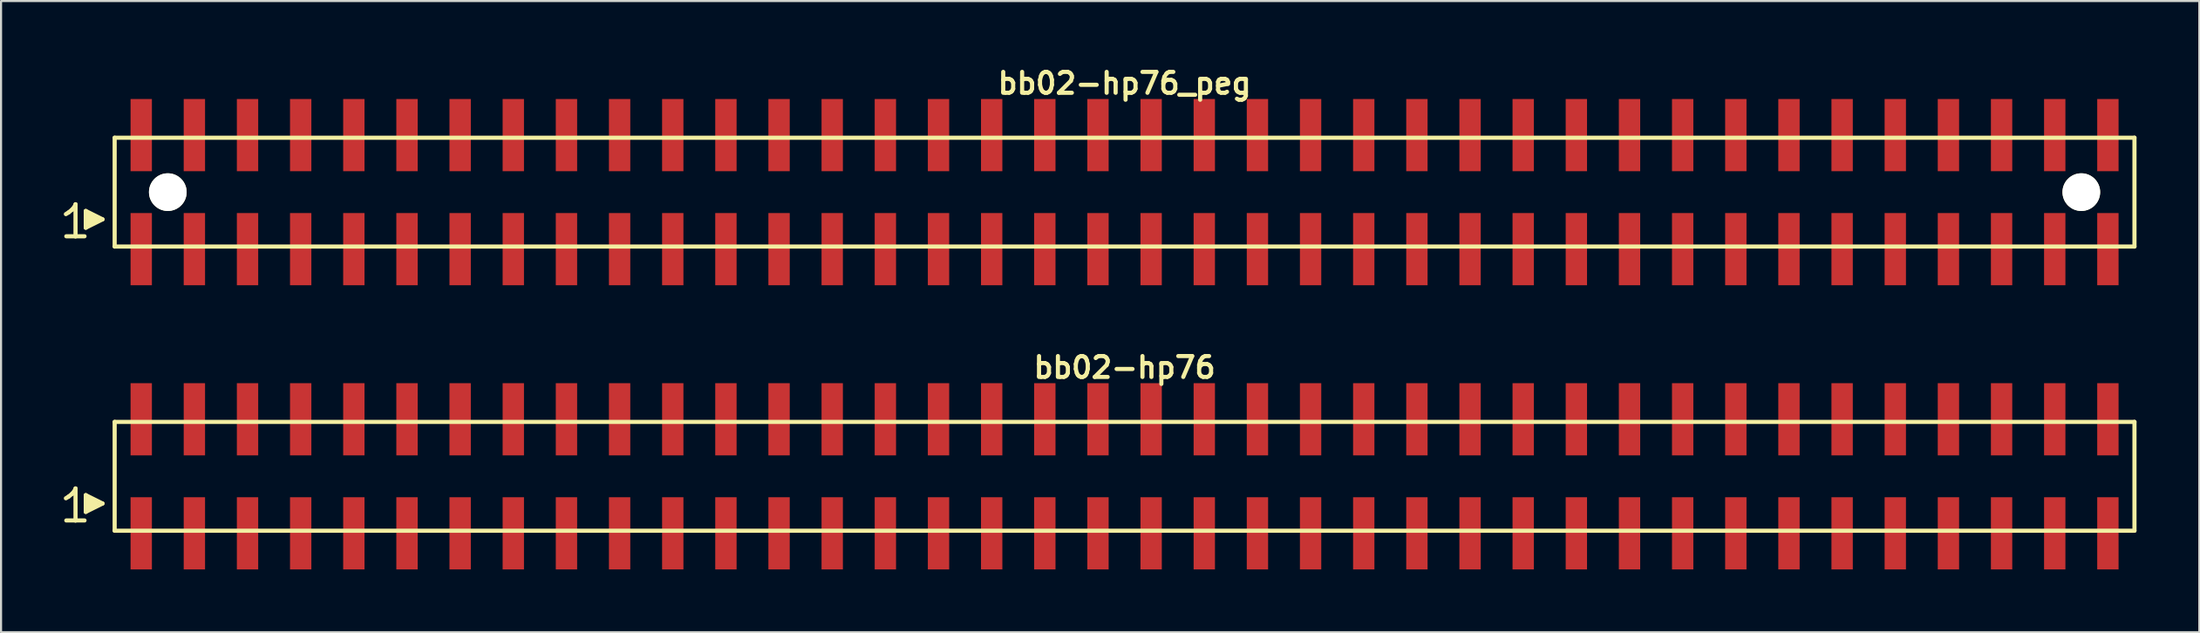
<source format=kicad_pcb>
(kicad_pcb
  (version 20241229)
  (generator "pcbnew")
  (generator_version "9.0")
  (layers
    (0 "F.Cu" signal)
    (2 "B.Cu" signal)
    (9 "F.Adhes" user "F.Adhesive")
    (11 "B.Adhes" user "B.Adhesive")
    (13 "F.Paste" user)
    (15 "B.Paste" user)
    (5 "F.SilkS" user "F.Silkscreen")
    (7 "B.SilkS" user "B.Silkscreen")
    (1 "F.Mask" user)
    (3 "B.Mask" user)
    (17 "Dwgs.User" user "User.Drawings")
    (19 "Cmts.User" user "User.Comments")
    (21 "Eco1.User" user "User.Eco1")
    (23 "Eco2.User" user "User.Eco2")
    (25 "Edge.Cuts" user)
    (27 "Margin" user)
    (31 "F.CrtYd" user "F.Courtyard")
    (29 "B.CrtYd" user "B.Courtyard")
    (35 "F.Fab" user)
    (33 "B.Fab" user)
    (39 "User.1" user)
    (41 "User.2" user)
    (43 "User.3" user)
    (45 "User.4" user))
  (footprint "bb02-hp76"
    (layer "F.Cu")
    (at 50.689 19.713)
    (property "Reference" "bb02-hp76" (at 0 -5.2 0) (layer "F.SilkS") (effects (font (size 0.998 0.998) (thickness 0.198))))
    (attr through_hole)
    (fp_line (start -50.59 1.05) (end -50.46 0.97) (stroke (width 0.198) (type solid)) (layer "F.SilkS"))
    (fp_line (start -50.46 0.97) (end -50.3 0.84) (stroke (width 0.198) (type solid)) (layer "F.SilkS"))
    (fp_line (start -50.3 0.84) (end -50.16 0.67) (stroke (width 0.198) (type solid)) (layer "F.SilkS"))
    (fp_line (start -50.16 0.67) (end -50.13 0.58) (stroke (width 0.198) (type solid)) (layer "F.SilkS"))
    (fp_line (start -50.13 0.58) (end -50.13 2.11) (stroke (width 0.198) (type solid)) (layer "F.SilkS"))
    (fp_line (start -50.13 2.11) (end -50.57 2.11) (stroke (width 0.198) (type solid)) (layer "F.SilkS"))
    (fp_line (start -49.7 2.11) (end -50.14 2.11) (stroke (width 0.198) (type solid)) (layer "F.SilkS"))
    (fp_line (start -49.64 0.9) (end -48.84 1.3) (stroke (width 0.198) (type solid)) (layer "F.SilkS"))
    (fp_line (start -49.64 1.7) (end -49.64 0.9) (stroke (width 0.198) (type solid)) (layer "F.SilkS"))
    (fp_line (start -49.54 1.6) (end -49.54 1) (stroke (width 0.198) (type solid)) (layer "F.SilkS"))
    (fp_line (start -49.44 1.1) (end -49.44 1.5) (stroke (width 0.198) (type solid)) (layer "F.SilkS"))
    (fp_line (start -49.34 1.5) (end -49.34 1.1) (stroke (width 0.198) (type solid)) (layer "F.SilkS"))
    (fp_line (start -49.24 1.2) (end -49.24 1.4) (stroke (width 0.198) (type solid)) (layer "F.SilkS"))
    (fp_line (start -49.14 1.4) (end -49.14 1.2) (stroke (width 0.198) (type solid)) (layer "F.SilkS"))
    (fp_line (start -48.84 1.3) (end -49.64 1.7) (stroke (width 0.198) (type solid)) (layer "F.SilkS"))
    (fp_line (start -48.26 -2.6) (end -48.26 2.6) (stroke (width 0.198) (type solid)) (layer "F.SilkS"))
    (fp_line (start -48.26 -2.6) (end 48.26 -2.6) (stroke (width 0.198) (type solid)) (layer "F.SilkS"))
    (fp_line (start 48.26 2.6) (end -48.26 2.6) (stroke (width 0.198) (type solid)) (layer "F.SilkS"))
    (fp_line (start 48.26 2.6) (end 48.26 -2.6) (stroke (width 0.198) (type solid)) (layer "F.SilkS"))
    (pad "1" smd rect (at -46.99 2.725) (size 1.02 3.45) (layers "F.Cu" "F.Mask" "F.Paste"))
    (pad "2" smd rect (at -46.99 -2.725) (size 1.02 3.45) (layers "F.Cu" "F.Mask" "F.Paste"))
    (pad "3" smd rect (at -44.45 2.725) (size 1.02 3.45) (layers "F.Cu" "F.Mask" "F.Paste"))
    (pad "4" smd rect (at -44.45 -2.725) (size 1.02 3.45) (layers "F.Cu" "F.Mask" "F.Paste"))
    (pad "5" smd rect (at -41.91 2.725) (size 1.02 3.45) (layers "F.Cu" "F.Mask" "F.Paste"))
    (pad "6" smd rect (at -41.91 -2.725) (size 1.02 3.45) (layers "F.Cu" "F.Mask" "F.Paste"))
    (pad "7" smd rect (at -39.37 2.725) (size 1.02 3.45) (layers "F.Cu" "F.Mask" "F.Paste"))
    (pad "8" smd rect (at -39.37 -2.725) (size 1.02 3.45) (layers "F.Cu" "F.Mask" "F.Paste"))
    (pad "9" smd rect (at -36.83 2.725) (size 1.02 3.45) (layers "F.Cu" "F.Mask" "F.Paste"))
    (pad "10" smd rect (at -36.83 -2.725) (size 1.02 3.45) (layers "F.Cu" "F.Mask" "F.Paste"))
    (pad "11" smd rect (at -34.29 2.725) (size 1.02 3.45) (layers "F.Cu" "F.Mask" "F.Paste"))
    (pad "12" smd rect (at -34.29 -2.725) (size 1.02 3.45) (layers "F.Cu" "F.Mask" "F.Paste"))
    (pad "13" smd rect (at -31.75 2.725) (size 1.02 3.45) (layers "F.Cu" "F.Mask" "F.Paste"))
    (pad "14" smd rect (at -31.75 -2.725) (size 1.02 3.45) (layers "F.Cu" "F.Mask" "F.Paste"))
    (pad "15" smd rect (at -29.21 2.725) (size 1.02 3.45) (layers "F.Cu" "F.Mask" "F.Paste"))
    (pad "16" smd rect (at -29.21 -2.725) (size 1.02 3.45) (layers "F.Cu" "F.Mask" "F.Paste"))
    (pad "17" smd rect (at -26.67 2.725) (size 1.02 3.45) (layers "F.Cu" "F.Mask" "F.Paste"))
    (pad "18" smd rect (at -26.67 -2.725) (size 1.02 3.45) (layers "F.Cu" "F.Mask" "F.Paste"))
    (pad "19" smd rect (at -24.13 2.725) (size 1.02 3.45) (layers "F.Cu" "F.Mask" "F.Paste"))
    (pad "20" smd rect (at -24.13 -2.725) (size 1.02 3.45) (layers "F.Cu" "F.Mask" "F.Paste"))
    (pad "21" smd rect (at -21.59 2.725) (size 1.02 3.45) (layers "F.Cu" "F.Mask" "F.Paste"))
    (pad "22" smd rect (at -21.59 -2.725) (size 1.02 3.45) (layers "F.Cu" "F.Mask" "F.Paste"))
    (pad "23" smd rect (at -19.05 2.725) (size 1.02 3.45) (layers "F.Cu" "F.Mask" "F.Paste"))
    (pad "24" smd rect (at -19.05 -2.725) (size 1.02 3.45) (layers "F.Cu" "F.Mask" "F.Paste"))
    (pad "25" smd rect (at -16.51 2.725) (size 1.02 3.45) (layers "F.Cu" "F.Mask" "F.Paste"))
    (pad "26" smd rect (at -16.51 -2.725) (size 1.02 3.45) (layers "F.Cu" "F.Mask" "F.Paste"))
    (pad "27" smd rect (at -13.97 2.725) (size 1.02 3.45) (layers "F.Cu" "F.Mask" "F.Paste"))
    (pad "28" smd rect (at -13.97 -2.725) (size 1.02 3.45) (layers "F.Cu" "F.Mask" "F.Paste"))
    (pad "29" smd rect (at -11.43 2.725) (size 1.02 3.45) (layers "F.Cu" "F.Mask" "F.Paste"))
    (pad "30" smd rect (at -11.43 -2.725) (size 1.02 3.45) (layers "F.Cu" "F.Mask" "F.Paste"))
    (pad "31" smd rect (at -8.89 2.725) (size 1.02 3.45) (layers "F.Cu" "F.Mask" "F.Paste"))
    (pad "32" smd rect (at -8.89 -2.725) (size 1.02 3.45) (layers "F.Cu" "F.Mask" "F.Paste"))
    (pad "33" smd rect (at -6.35 2.725) (size 1.02 3.45) (layers "F.Cu" "F.Mask" "F.Paste"))
    (pad "34" smd rect (at -6.35 -2.725) (size 1.02 3.45) (layers "F.Cu" "F.Mask" "F.Paste"))
    (pad "35" smd rect (at -3.81 2.725) (size 1.02 3.45) (layers "F.Cu" "F.Mask" "F.Paste"))
    (pad "36" smd rect (at -3.81 -2.725) (size 1.02 3.45) (layers "F.Cu" "F.Mask" "F.Paste"))
    (pad "37" smd rect (at -1.27 2.725) (size 1.02 3.45) (layers "F.Cu" "F.Mask" "F.Paste"))
    (pad "38" smd rect (at -1.27 -2.725) (size 1.02 3.45) (layers "F.Cu" "F.Mask" "F.Paste"))
    (pad "39" smd rect (at 1.27 2.725) (size 1.02 3.45) (layers "F.Cu" "F.Mask" "F.Paste"))
    (pad "40" smd rect (at 1.27 -2.725) (size 1.02 3.45) (layers "F.Cu" "F.Mask" "F.Paste"))
    (pad "41" smd rect (at 3.81 2.725) (size 1.02 3.45) (layers "F.Cu" "F.Mask" "F.Paste"))
    (pad "42" smd rect (at 3.81 -2.725) (size 1.02 3.45) (layers "F.Cu" "F.Mask" "F.Paste"))
    (pad "43" smd rect (at 6.35 2.725) (size 1.02 3.45) (layers "F.Cu" "F.Mask" "F.Paste"))
    (pad "44" smd rect (at 6.35 -2.725) (size 1.02 3.45) (layers "F.Cu" "F.Mask" "F.Paste"))
    (pad "45" smd rect (at 8.89 2.725) (size 1.02 3.45) (layers "F.Cu" "F.Mask" "F.Paste"))
    (pad "46" smd rect (at 8.89 -2.725) (size 1.02 3.45) (layers "F.Cu" "F.Mask" "F.Paste"))
    (pad "47" smd rect (at 11.43 2.725) (size 1.02 3.45) (layers "F.Cu" "F.Mask" "F.Paste"))
    (pad "48" smd rect (at 11.43 -2.725) (size 1.02 3.45) (layers "F.Cu" "F.Mask" "F.Paste"))
    (pad "49" smd rect (at 13.97 2.725) (size 1.02 3.45) (layers "F.Cu" "F.Mask" "F.Paste"))
    (pad "50" smd rect (at 13.97 -2.725) (size 1.02 3.45) (layers "F.Cu" "F.Mask" "F.Paste"))
    (pad "51" smd rect (at 16.51 2.725) (size 1.02 3.45) (layers "F.Cu" "F.Mask" "F.Paste"))
    (pad "52" smd rect (at 16.51 -2.725) (size 1.02 3.45) (layers "F.Cu" "F.Mask" "F.Paste"))
    (pad "53" smd rect (at 19.05 2.725) (size 1.02 3.45) (layers "F.Cu" "F.Mask" "F.Paste"))
    (pad "54" smd rect (at 19.05 -2.725) (size 1.02 3.45) (layers "F.Cu" "F.Mask" "F.Paste"))
    (pad "55" smd rect (at 21.59 2.725) (size 1.02 3.45) (layers "F.Cu" "F.Mask" "F.Paste"))
    (pad "56" smd rect (at 21.59 -2.725) (size 1.02 3.45) (layers "F.Cu" "F.Mask" "F.Paste"))
    (pad "57" smd rect (at 24.13 2.725) (size 1.02 3.45) (layers "F.Cu" "F.Mask" "F.Paste"))
    (pad "58" smd rect (at 24.13 -2.725) (size 1.02 3.45) (layers "F.Cu" "F.Mask" "F.Paste"))
    (pad "59" smd rect (at 26.67 2.725) (size 1.02 3.45) (layers "F.Cu" "F.Mask" "F.Paste"))
    (pad "60" smd rect (at 26.67 -2.725) (size 1.02 3.45) (layers "F.Cu" "F.Mask" "F.Paste"))
    (pad "61" smd rect (at 29.21 2.725) (size 1.02 3.45) (layers "F.Cu" "F.Mask" "F.Paste"))
    (pad "62" smd rect (at 29.21 -2.725) (size 1.02 3.45) (layers "F.Cu" "F.Mask" "F.Paste"))
    (pad "63" smd rect (at 31.75 2.725) (size 1.02 3.45) (layers "F.Cu" "F.Mask" "F.Paste"))
    (pad "64" smd rect (at 31.75 -2.725) (size 1.02 3.45) (layers "F.Cu" "F.Mask" "F.Paste"))
    (pad "65" smd rect (at 34.29 2.725) (size 1.02 3.45) (layers "F.Cu" "F.Mask" "F.Paste"))
    (pad "66" smd rect (at 34.29 -2.725) (size 1.02 3.45) (layers "F.Cu" "F.Mask" "F.Paste"))
    (pad "67" smd rect (at 36.83 2.725) (size 1.02 3.45) (layers "F.Cu" "F.Mask" "F.Paste"))
    (pad "68" smd rect (at 36.83 -2.725) (size 1.02 3.45) (layers "F.Cu" "F.Mask" "F.Paste"))
    (pad "69" smd rect (at 39.37 2.725) (size 1.02 3.45) (layers "F.Cu" "F.Mask" "F.Paste"))
    (pad "70" smd rect (at 39.37 -2.725) (size 1.02 3.45) (layers "F.Cu" "F.Mask" "F.Paste"))
    (pad "71" smd rect (at 41.91 2.725) (size 1.02 3.45) (layers "F.Cu" "F.Mask" "F.Paste"))
    (pad "72" smd rect (at 41.91 -2.725) (size 1.02 3.45) (layers "F.Cu" "F.Mask" "F.Paste"))
    (pad "73" smd rect (at 44.45 2.725) (size 1.02 3.45) (layers "F.Cu" "F.Mask" "F.Paste"))
    (pad "74" smd rect (at 44.45 -2.725) (size 1.02 3.45) (layers "F.Cu" "F.Mask" "F.Paste"))
    (pad "75" smd rect (at 46.99 2.725) (size 1.02 3.45) (layers "F.Cu" "F.Mask" "F.Paste"))
    (pad "76" smd rect (at 46.99 -2.725) (size 1.02 3.45) (layers "F.Cu" "F.Mask" "F.Paste")))
  (footprint "bb02-hp76_peg"
    (layer "F.Cu")
    (at 50.689 6.132)
    (property "Reference" "bb02-hp76_peg" (at 0 -5.2 0) (layer "F.SilkS") (effects (font (size 0.998 0.998) (thickness 0.198))))
    (attr through_hole)
    (fp_line (start -50.59 1.05) (end -50.46 0.97) (stroke (width 0.198) (type solid)) (layer "F.SilkS"))
    (fp_line (start -50.46 0.97) (end -50.3 0.84) (stroke (width 0.198) (type solid)) (layer "F.SilkS"))
    (fp_line (start -50.3 0.84) (end -50.16 0.67) (stroke (width 0.198) (type solid)) (layer "F.SilkS"))
    (fp_line (start -50.16 0.67) (end -50.13 0.58) (stroke (width 0.198) (type solid)) (layer "F.SilkS"))
    (fp_line (start -50.13 0.58) (end -50.13 2.11) (stroke (width 0.198) (type solid)) (layer "F.SilkS"))
    (fp_line (start -50.13 2.11) (end -50.57 2.11) (stroke (width 0.198) (type solid)) (layer "F.SilkS"))
    (fp_line (start -49.7 2.11) (end -50.14 2.11) (stroke (width 0.198) (type solid)) (layer "F.SilkS"))
    (fp_line (start -49.64 0.9) (end -48.84 1.3) (stroke (width 0.198) (type solid)) (layer "F.SilkS"))
    (fp_line (start -49.64 1.7) (end -49.64 0.9) (stroke (width 0.198) (type solid)) (layer "F.SilkS"))
    (fp_line (start -49.54 1.6) (end -49.54 1) (stroke (width 0.198) (type solid)) (layer "F.SilkS"))
    (fp_line (start -49.44 1.1) (end -49.44 1.5) (stroke (width 0.198) (type solid)) (layer "F.SilkS"))
    (fp_line (start -49.34 1.5) (end -49.34 1.1) (stroke (width 0.198) (type solid)) (layer "F.SilkS"))
    (fp_line (start -49.24 1.2) (end -49.24 1.4) (stroke (width 0.198) (type solid)) (layer "F.SilkS"))
    (fp_line (start -49.14 1.4) (end -49.14 1.2) (stroke (width 0.198) (type solid)) (layer "F.SilkS"))
    (fp_line (start -48.84 1.3) (end -49.64 1.7) (stroke (width 0.198) (type solid)) (layer "F.SilkS"))
    (fp_line (start -48.26 -2.6) (end -48.26 2.6) (stroke (width 0.198) (type solid)) (layer "F.SilkS"))
    (fp_line (start -48.26 -2.6) (end 48.26 -2.6) (stroke (width 0.198) (type solid)) (layer "F.SilkS"))
    (fp_line (start 48.26 2.6) (end -48.26 2.6) (stroke (width 0.198) (type solid)) (layer "F.SilkS"))
    (fp_line (start 48.26 2.6) (end 48.26 -2.6) (stroke (width 0.198) (type solid)) (layer "F.SilkS"))
    (pad "" np_thru_hole circle (at -45.72 0) (size 1.8 1.8) (drill 1.8) (layers "*.Cu" "*.Mask" "F.SilkS"))
    (pad "" np_thru_hole circle (at 45.72 0) (size 1.8 1.8) (drill 1.8) (layers "*.Cu" "*.Mask" "F.SilkS"))
    (pad "1" smd rect (at -46.99 2.725) (size 1.02 3.45) (layers "F.Cu" "F.Mask" "F.Paste"))
    (pad "2" smd rect (at -46.99 -2.725) (size 1.02 3.45) (layers "F.Cu" "F.Mask" "F.Paste"))
    (pad "3" smd rect (at -44.45 2.725) (size 1.02 3.45) (layers "F.Cu" "F.Mask" "F.Paste"))
    (pad "4" smd rect (at -44.45 -2.725) (size 1.02 3.45) (layers "F.Cu" "F.Mask" "F.Paste"))
    (pad "5" smd rect (at -41.91 2.725) (size 1.02 3.45) (layers "F.Cu" "F.Mask" "F.Paste"))
    (pad "6" smd rect (at -41.91 -2.725) (size 1.02 3.45) (layers "F.Cu" "F.Mask" "F.Paste"))
    (pad "7" smd rect (at -39.37 2.725) (size 1.02 3.45) (layers "F.Cu" "F.Mask" "F.Paste"))
    (pad "8" smd rect (at -39.37 -2.725) (size 1.02 3.45) (layers "F.Cu" "F.Mask" "F.Paste"))
    (pad "9" smd rect (at -36.83 2.725) (size 1.02 3.45) (layers "F.Cu" "F.Mask" "F.Paste"))
    (pad "10" smd rect (at -36.83 -2.725) (size 1.02 3.45) (layers "F.Cu" "F.Mask" "F.Paste"))
    (pad "11" smd rect (at -34.29 2.725) (size 1.02 3.45) (layers "F.Cu" "F.Mask" "F.Paste"))
    (pad "12" smd rect (at -34.29 -2.725) (size 1.02 3.45) (layers "F.Cu" "F.Mask" "F.Paste"))
    (pad "13" smd rect (at -31.75 2.725) (size 1.02 3.45) (layers "F.Cu" "F.Mask" "F.Paste"))
    (pad "14" smd rect (at -31.75 -2.725) (size 1.02 3.45) (layers "F.Cu" "F.Mask" "F.Paste"))
    (pad "15" smd rect (at -29.21 2.725) (size 1.02 3.45) (layers "F.Cu" "F.Mask" "F.Paste"))
    (pad "16" smd rect (at -29.21 -2.725) (size 1.02 3.45) (layers "F.Cu" "F.Mask" "F.Paste"))
    (pad "17" smd rect (at -26.67 2.725) (size 1.02 3.45) (layers "F.Cu" "F.Mask" "F.Paste"))
    (pad "18" smd rect (at -26.67 -2.725) (size 1.02 3.45) (layers "F.Cu" "F.Mask" "F.Paste"))
    (pad "19" smd rect (at -24.13 2.725) (size 1.02 3.45) (layers "F.Cu" "F.Mask" "F.Paste"))
    (pad "20" smd rect (at -24.13 -2.725) (size 1.02 3.45) (layers "F.Cu" "F.Mask" "F.Paste"))
    (pad "21" smd rect (at -21.59 2.725) (size 1.02 3.45) (layers "F.Cu" "F.Mask" "F.Paste"))
    (pad "22" smd rect (at -21.59 -2.725) (size 1.02 3.45) (layers "F.Cu" "F.Mask" "F.Paste"))
    (pad "23" smd rect (at -19.05 2.725) (size 1.02 3.45) (layers "F.Cu" "F.Mask" "F.Paste"))
    (pad "24" smd rect (at -19.05 -2.725) (size 1.02 3.45) (layers "F.Cu" "F.Mask" "F.Paste"))
    (pad "25" smd rect (at -16.51 2.725) (size 1.02 3.45) (layers "F.Cu" "F.Mask" "F.Paste"))
    (pad "26" smd rect (at -16.51 -2.725) (size 1.02 3.45) (layers "F.Cu" "F.Mask" "F.Paste"))
    (pad "27" smd rect (at -13.97 2.725) (size 1.02 3.45) (layers "F.Cu" "F.Mask" "F.Paste"))
    (pad "28" smd rect (at -13.97 -2.725) (size 1.02 3.45) (layers "F.Cu" "F.Mask" "F.Paste"))
    (pad "29" smd rect (at -11.43 2.725) (size 1.02 3.45) (layers "F.Cu" "F.Mask" "F.Paste"))
    (pad "30" smd rect (at -11.43 -2.725) (size 1.02 3.45) (layers "F.Cu" "F.Mask" "F.Paste"))
    (pad "31" smd rect (at -8.89 2.725) (size 1.02 3.45) (layers "F.Cu" "F.Mask" "F.Paste"))
    (pad "32" smd rect (at -8.89 -2.725) (size 1.02 3.45) (layers "F.Cu" "F.Mask" "F.Paste"))
    (pad "33" smd rect (at -6.35 2.725) (size 1.02 3.45) (layers "F.Cu" "F.Mask" "F.Paste"))
    (pad "34" smd rect (at -6.35 -2.725) (size 1.02 3.45) (layers "F.Cu" "F.Mask" "F.Paste"))
    (pad "35" smd rect (at -3.81 2.725) (size 1.02 3.45) (layers "F.Cu" "F.Mask" "F.Paste"))
    (pad "36" smd rect (at -3.81 -2.725) (size 1.02 3.45) (layers "F.Cu" "F.Mask" "F.Paste"))
    (pad "37" smd rect (at -1.27 2.725) (size 1.02 3.45) (layers "F.Cu" "F.Mask" "F.Paste"))
    (pad "38" smd rect (at -1.27 -2.725) (size 1.02 3.45) (layers "F.Cu" "F.Mask" "F.Paste"))
    (pad "39" smd rect (at 1.27 2.725) (size 1.02 3.45) (layers "F.Cu" "F.Mask" "F.Paste"))
    (pad "40" smd rect (at 1.27 -2.725) (size 1.02 3.45) (layers "F.Cu" "F.Mask" "F.Paste"))
    (pad "41" smd rect (at 3.81 2.725) (size 1.02 3.45) (layers "F.Cu" "F.Mask" "F.Paste"))
    (pad "42" smd rect (at 3.81 -2.725) (size 1.02 3.45) (layers "F.Cu" "F.Mask" "F.Paste"))
    (pad "43" smd rect (at 6.35 2.725) (size 1.02 3.45) (layers "F.Cu" "F.Mask" "F.Paste"))
    (pad "44" smd rect (at 6.35 -2.725) (size 1.02 3.45) (layers "F.Cu" "F.Mask" "F.Paste"))
    (pad "45" smd rect (at 8.89 2.725) (size 1.02 3.45) (layers "F.Cu" "F.Mask" "F.Paste"))
    (pad "46" smd rect (at 8.89 -2.725) (size 1.02 3.45) (layers "F.Cu" "F.Mask" "F.Paste"))
    (pad "47" smd rect (at 11.43 2.725) (size 1.02 3.45) (layers "F.Cu" "F.Mask" "F.Paste"))
    (pad "48" smd rect (at 11.43 -2.725) (size 1.02 3.45) (layers "F.Cu" "F.Mask" "F.Paste"))
    (pad "49" smd rect (at 13.97 2.725) (size 1.02 3.45) (layers "F.Cu" "F.Mask" "F.Paste"))
    (pad "50" smd rect (at 13.97 -2.725) (size 1.02 3.45) (layers "F.Cu" "F.Mask" "F.Paste"))
    (pad "51" smd rect (at 16.51 2.725) (size 1.02 3.45) (layers "F.Cu" "F.Mask" "F.Paste"))
    (pad "52" smd rect (at 16.51 -2.725) (size 1.02 3.45) (layers "F.Cu" "F.Mask" "F.Paste"))
    (pad "53" smd rect (at 19.05 2.725) (size 1.02 3.45) (layers "F.Cu" "F.Mask" "F.Paste"))
    (pad "54" smd rect (at 19.05 -2.725) (size 1.02 3.45) (layers "F.Cu" "F.Mask" "F.Paste"))
    (pad "55" smd rect (at 21.59 2.725) (size 1.02 3.45) (layers "F.Cu" "F.Mask" "F.Paste"))
    (pad "56" smd rect (at 21.59 -2.725) (size 1.02 3.45) (layers "F.Cu" "F.Mask" "F.Paste"))
    (pad "57" smd rect (at 24.13 2.725) (size 1.02 3.45) (layers "F.Cu" "F.Mask" "F.Paste"))
    (pad "58" smd rect (at 24.13 -2.725) (size 1.02 3.45) (layers "F.Cu" "F.Mask" "F.Paste"))
    (pad "59" smd rect (at 26.67 2.725) (size 1.02 3.45) (layers "F.Cu" "F.Mask" "F.Paste"))
    (pad "60" smd rect (at 26.67 -2.725) (size 1.02 3.45) (layers "F.Cu" "F.Mask" "F.Paste"))
    (pad "61" smd rect (at 29.21 2.725) (size 1.02 3.45) (layers "F.Cu" "F.Mask" "F.Paste"))
    (pad "62" smd rect (at 29.21 -2.725) (size 1.02 3.45) (layers "F.Cu" "F.Mask" "F.Paste"))
    (pad "63" smd rect (at 31.75 2.725) (size 1.02 3.45) (layers "F.Cu" "F.Mask" "F.Paste"))
    (pad "64" smd rect (at 31.75 -2.725) (size 1.02 3.45) (layers "F.Cu" "F.Mask" "F.Paste"))
    (pad "65" smd rect (at 34.29 2.725) (size 1.02 3.45) (layers "F.Cu" "F.Mask" "F.Paste"))
    (pad "66" smd rect (at 34.29 -2.725) (size 1.02 3.45) (layers "F.Cu" "F.Mask" "F.Paste"))
    (pad "67" smd rect (at 36.83 2.725) (size 1.02 3.45) (layers "F.Cu" "F.Mask" "F.Paste"))
    (pad "68" smd rect (at 36.83 -2.725) (size 1.02 3.45) (layers "F.Cu" "F.Mask" "F.Paste"))
    (pad "69" smd rect (at 39.37 2.725) (size 1.02 3.45) (layers "F.Cu" "F.Mask" "F.Paste"))
    (pad "70" smd rect (at 39.37 -2.725) (size 1.02 3.45) (layers "F.Cu" "F.Mask" "F.Paste"))
    (pad "71" smd rect (at 41.91 2.725) (size 1.02 3.45) (layers "F.Cu" "F.Mask" "F.Paste"))
    (pad "72" smd rect (at 41.91 -2.725) (size 1.02 3.45) (layers "F.Cu" "F.Mask" "F.Paste"))
    (pad "73" smd rect (at 44.45 2.725) (size 1.02 3.45) (layers "F.Cu" "F.Mask" "F.Paste"))
    (pad "74" smd rect (at 44.45 -2.725) (size 1.02 3.45) (layers "F.Cu" "F.Mask" "F.Paste"))
    (pad "75" smd rect (at 46.99 2.725) (size 1.02 3.45) (layers "F.Cu" "F.Mask" "F.Paste"))
    (pad "76" smd rect (at 46.99 -2.725) (size 1.02 3.45) (layers "F.Cu" "F.Mask" "F.Paste")))
  (gr_rect
    (start -3 -3)
    (end 102.048 27.163)
    (stroke (width 0.1) (type default))
    (fill no)
    (layer "Edge.Cuts")))
</source>
